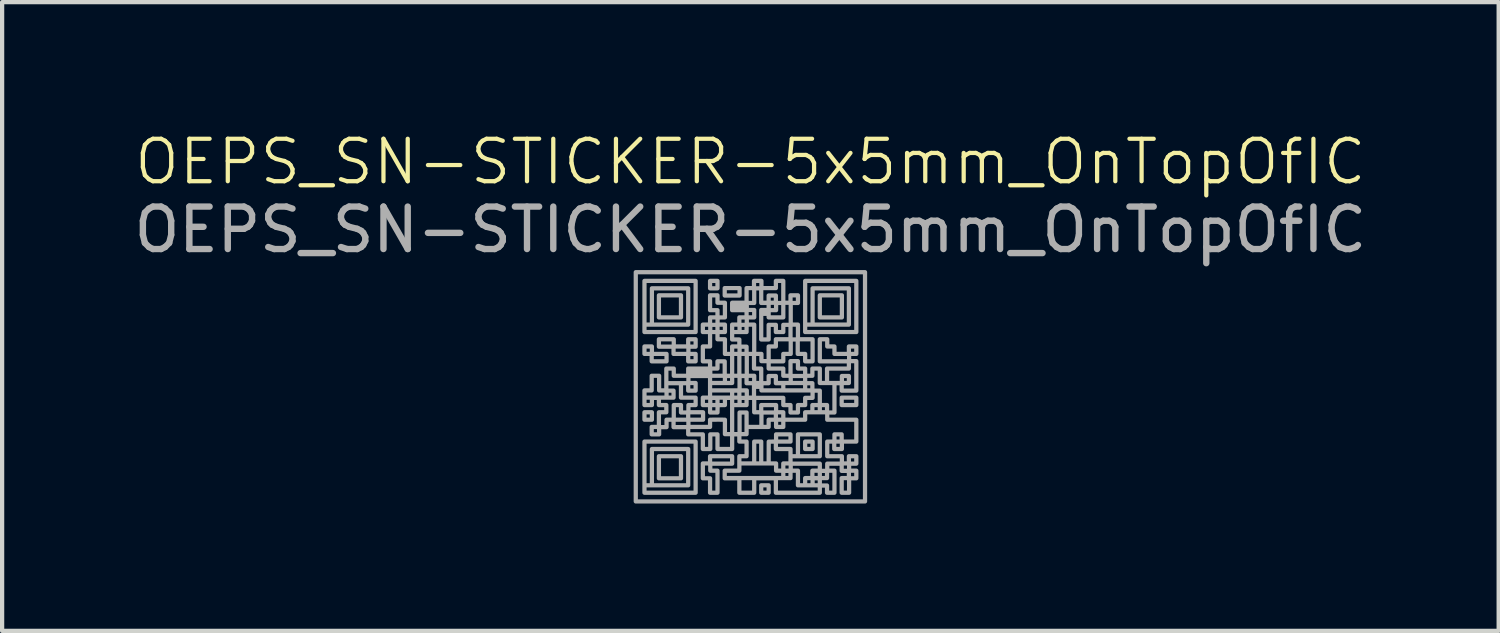
<source format=kicad_pcb>
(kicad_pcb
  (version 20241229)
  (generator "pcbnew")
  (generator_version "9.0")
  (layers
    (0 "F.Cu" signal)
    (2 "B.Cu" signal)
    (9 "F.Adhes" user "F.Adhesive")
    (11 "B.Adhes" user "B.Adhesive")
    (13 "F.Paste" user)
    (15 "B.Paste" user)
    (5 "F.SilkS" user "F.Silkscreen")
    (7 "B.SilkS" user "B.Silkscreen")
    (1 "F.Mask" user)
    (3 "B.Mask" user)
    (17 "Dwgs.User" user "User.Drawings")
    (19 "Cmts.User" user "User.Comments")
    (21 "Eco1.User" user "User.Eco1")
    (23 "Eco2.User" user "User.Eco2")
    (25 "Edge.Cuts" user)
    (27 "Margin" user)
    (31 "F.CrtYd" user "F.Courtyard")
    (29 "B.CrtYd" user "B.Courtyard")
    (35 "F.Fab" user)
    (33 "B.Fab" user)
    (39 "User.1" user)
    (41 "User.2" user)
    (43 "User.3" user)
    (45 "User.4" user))
  (footprint "OEPS_SN-STICKER-5x5mm_OnTopOfIC"
    (layer "F.Cu")
    (at 14.625 6.061)
    (property "Reference" "OEPS_SN-STICKER-5x5mm_OnTopOfIC" (at 0 -5.3 0) (unlocked yes) (layer "F.SilkS") (effects (font (size 1 1) (thickness 0.1))))
    (attr smd exclude_from_pos_files exclude_from_bom dnp)
    (fp_rect (start -2.7 -2.7) (end 2.7 2.7) (stroke (width 0.1) (type solid)) (fill no) (layer "F.Fab"))
    (fp_poly (pts (xy -2.32 0.688) (xy -2.32 0.775) (xy -2.408 0.775) (xy -2.495 0.775) (xy -2.495 0.688) (xy -2.495 0.6) (xy -2.408 0.6) (xy -2.32 0.6)) (stroke (width 0.1) (type solid)) (fill no) (layer "F.Fab"))
    (fp_poly (pts (xy -1.635 -1.895) (xy -1.635 -1.635) (xy -1.895 -1.635) (xy -2.155 -1.635) (xy -2.155 -1.895) (xy -2.155 -2.155) (xy -1.895 -2.155) (xy -1.635 -2.155)) (stroke (width 0.1) (type solid)) (fill no) (layer "F.Fab"))
    (fp_poly (pts (xy -1.635 1.895) (xy -1.635 2.155) (xy -1.895 2.155) (xy -2.155 2.155) (xy -2.155 1.895) (xy -2.155 1.635) (xy -1.895 1.635) (xy -1.635 1.635)) (stroke (width 0.1) (type solid)) (fill no) (layer "F.Fab"))
    (fp_poly (pts (xy -0.775 -2.408) (xy -0.775 -2.32) (xy -0.863 -2.32) (xy -0.95 -2.32) (xy -0.95 -2.408) (xy -0.95 -2.495) (xy -0.863 -2.495) (xy -0.775 -2.495)) (stroke (width 0.1) (type solid)) (fill no) (layer "F.Fab"))
    (fp_poly (pts (xy -0.255 -2.237) (xy -0.255 -2.15) (xy -0.43 -2.15) (xy -0.605 -2.15) (xy -0.605 -2.237) (xy -0.605 -2.325) (xy -0.43 -2.325) (xy -0.255 -2.325)) (stroke (width 0.1) (type solid)) (fill no) (layer "F.Fab"))
    (fp_poly (pts (xy 0.43 2.408) (xy 0.43 2.495) (xy 0.343 2.495) (xy 0.255 2.495) (xy 0.255 2.408) (xy 0.255 2.32) (xy 0.343 2.32) (xy 0.43 2.32)) (stroke (width 0.1) (type solid)) (fill no) (layer "F.Fab"))
    (fp_poly (pts (xy 1.465 1.377) (xy 1.465 1.465) (xy 1.377 1.465) (xy 1.29 1.465) (xy 1.29 1.377) (xy 1.29 1.29) (xy 1.377 1.29) (xy 1.465 1.29)) (stroke (width 0.1) (type solid)) (fill no) (layer "F.Fab"))
    (fp_poly (pts (xy 2.155 -1.895) (xy 2.155 -1.635) (xy 1.895 -1.635) (xy 1.635 -1.635) (xy 1.635 -1.895) (xy 1.635 -2.155) (xy 1.895 -2.155) (xy 2.155 -2.155)) (stroke (width 0.1) (type solid)) (fill no) (layer "F.Fab"))
    (fp_poly (pts (xy 2.495 0.343) (xy 2.495 0.43) (xy 2.322 0.43) (xy 2.15 0.43) (xy 2.15 0.343) (xy 2.15 0.255) (xy 2.322 0.255) (xy 2.495 0.255)) (stroke (width 0.1) (type solid)) (fill no) (layer "F.Fab"))
    (fp_poly (pts (xy -2.32 -0.863) (xy -2.32 -0.775) (xy -2.147 -0.775) (xy -1.975 -0.775) (xy -1.975 -0.688) (xy -1.975 -0.6) (xy -2.15 -0.6) (xy -2.325 -0.6) (xy -2.325 -0.688) (xy -2.325 -0.775) (xy -2.41 -0.775) (xy -2.495 -0.775) (xy -2.495 -0.863) (xy -2.495 -0.95) (xy -2.408 -0.95) (xy -2.32 -0.95)) (stroke (width 0.1) (type solid)) (fill no) (layer "F.Fab"))
    (fp_poly (pts (xy -1.29 -1.893) (xy -1.29 -1.29) (xy -1.893 -1.29) (xy -2.495 -1.29) (xy -2.495 -1.893) (xy -2.32 -1.893) (xy -2.32 -1.465) (xy -1.893 -1.465) (xy -1.465 -1.465) (xy -1.465 -1.893) (xy -1.465 -2.32) (xy -1.893 -2.32) (xy -2.32 -2.32) (xy -2.32 -1.893) (xy -2.495 -1.893) (xy -2.495 -2.495) (xy -1.893 -2.495) (xy -1.29 -2.495)) (stroke (width 0.1) (type solid)) (fill no) (layer "F.Fab"))
    (fp_poly (pts (xy -1.29 1.893) (xy -1.29 2.495) (xy -1.893 2.495) (xy -2.495 2.495) (xy -2.495 1.893) (xy -2.32 1.893) (xy -2.32 2.32) (xy -1.893 2.32) (xy -1.465 2.32) (xy -1.465 1.893) (xy -1.465 1.465) (xy -1.893 1.465) (xy -2.32 1.465) (xy -2.32 1.893) (xy -2.495 1.893) (xy -2.495 1.29) (xy -1.893 1.29) (xy -1.29 1.29)) (stroke (width 0.1) (type solid)) (fill no) (layer "F.Fab"))
    (fp_poly (pts (xy 2.495 -1.893) (xy 2.495 -1.29) (xy 1.893 -1.29) (xy 1.29 -1.29) (xy 1.29 -1.893) (xy 1.465 -1.893) (xy 1.465 -1.465) (xy 1.893 -1.465) (xy 2.32 -1.465) (xy 2.32 -1.893) (xy 2.32 -2.32) (xy 1.893 -2.32) (xy 1.465 -2.32) (xy 1.465 -1.893) (xy 1.29 -1.893) (xy 1.29 -2.495) (xy 1.893 -2.495) (xy 2.495 -2.495)) (stroke (width 0.1) (type solid)) (fill no) (layer "F.Fab"))
    (fp_poly (pts (xy -0.43 1.722) (xy -0.43 1.81) (xy -0.688 1.81) (xy -0.945 1.81) (xy -0.945 1.893) (xy -0.945 1.975) (xy -0.86 1.975) (xy -0.775 1.975) (xy -0.775 2.062) (xy -0.775 2.1) (xy -0.775 2.144) (xy -0.775 2.188) (xy -0.775 2.227) (xy -0.775 2.237) (xy -0.775 2.275) (xy -0.775 2.318) (xy -0.775 2.361) (xy -0.775 2.4) (xy -0.775 2.41) (xy -0.775 2.495) (xy -0.863 2.495) (xy -0.95 2.495) (xy -0.95 2.325) (xy -0.95 2.155) (xy -1.035 2.155) (xy -1.12 2.155) (xy -1.12 1.98) (xy -1.12 1.805) (xy -1.035 1.805) (xy -0.95 1.805) (xy -0.95 1.72) (xy -0.95 1.635) (xy -0.69 1.635) (xy -0.43 1.635)) (stroke (width 0.1) (type solid)) (fill no) (layer "F.Fab"))
    (fp_poly (pts (xy -1.805 -1.035) (xy -1.805 -0.95) (xy -1.635 -0.95) (xy -1.465 -0.95) (xy -1.465 -1.035) (xy -1.465 -1.12) (xy -1.377 -1.12) (xy -1.29 -1.12) (xy -1.29 -1.032) (xy -1.29 -0.945) (xy -1.375 -0.945) (xy -1.46 -0.945) (xy -1.46 -0.86) (xy -1.46 -0.775) (xy -1.375 -0.775) (xy -1.29 -0.775) (xy -1.29 -0.688) (xy -1.29 -0.6) (xy -1.377 -0.6) (xy -1.465 -0.6) (xy -1.465 -0.688) (xy -1.465 -0.775) (xy -1.549 -0.775) (xy -1.585 -0.775) (xy -1.626 -0.775) (xy -1.669 -0.775) (xy -1.709 -0.775) (xy -1.721 -0.775) (xy -1.81 -0.775) (xy -1.81 -0.86) (xy -1.81 -0.945) (xy -1.982 -0.945) (xy -2.155 -0.945) (xy -2.155 -1.032) (xy -2.155 -1.12) (xy -1.98 -1.12) (xy -1.805 -1.12)) (stroke (width 0.1) (type solid)) (fill no) (layer "F.Fab"))
    (fp_poly (pts (xy 0.26 -2.41) (xy 0.26 -2.325) (xy 0.43 -2.325) (xy 0.6 -2.325) (xy 0.6 -2.41) (xy 0.6 -2.495) (xy 0.688 -2.495) (xy 0.775 -2.495) (xy 0.775 -2.237) (xy 0.775 -1.98) (xy 0.86 -1.98) (xy 0.945 -1.98) (xy 0.945 -2.067) (xy 0.945 -2.155) (xy 1.032 -2.155) (xy 1.12 -2.155) (xy 1.12 -2.065) (xy 1.12 -1.975) (xy 1.035 -1.975) (xy 0.95 -1.975) (xy 0.95 -1.72) (xy 0.95 -1.465) (xy 1.035 -1.465) (xy 1.12 -1.465) (xy 1.12 -1.292) (xy 1.12 -1.12) (xy 1.292 -1.12) (xy 1.465 -1.12) (xy 1.465 -0.86) (xy 1.465 -0.6) (xy 1.377 -0.6) (xy 1.29 -0.6) (xy 1.29 -0.688) (xy 1.29 -0.775) (xy 1.202 -0.775) (xy 1.115 -0.775) (xy 1.115 -0.945) (xy 1.115 -1.115) (xy 1.032 -1.115) (xy 0.95 -1.115) (xy 0.95 -0.945) (xy 0.95 -0.775) (xy 0.863 -0.775) (xy 0.775 -0.775) (xy 0.775 -0.688) (xy 0.775 -0.6) (xy 0.603 -0.6) (xy 0.43 -0.6) (xy 0.43 -0.515) (xy 0.43 -0.43) (xy 0.603 -0.43) (xy 0.775 -0.43) (xy 0.775 -0.345) (xy 0.775 -0.26) (xy 0.86 -0.26) (xy 0.945 -0.26) (xy 0.945 -0.432) (xy 0.945 -0.605) (xy 1.032 -0.605) (xy 1.12 -0.605) (xy 1.12 -0.517) (xy 1.12 -0.43) (xy 1.205 -0.43) (xy 1.29 -0.43) (xy 1.29 -0.345) (xy 1.29 -0.26) (xy 1.375 -0.26) (xy 1.46 -0.26) (xy 1.46 -0.345) (xy 1.46 -0.43) (xy 1.548 -0.43) (xy 1.635 -0.43) (xy 1.635 -0.26) (xy 1.635 -0.09) (xy 1.72 -0.09) (xy 1.805 -0.09) (xy 1.805 -0.172) (xy 2.155 -0.172) (xy 2.155 -0.09) (xy 2.237 -0.09) (xy 2.32 -0.09) (xy 2.32 -0.172) (xy 2.32 -0.255) (xy 2.237 -0.255) (xy 2.155 -0.255) (xy 2.155 -0.172) (xy 1.805 -0.172) (xy 1.805 -0.26) (xy 1.805 -0.43) (xy 2.062 -0.43) (xy 2.32 -0.43) (xy 2.32 -0.515) (xy 2.32 -0.6) (xy 1.978 -0.6) (xy 1.635 -0.6) (xy 1.635 -0.86) (xy 1.635 -1.12) (xy 1.722 -1.12) (xy 1.81 -1.12) (xy 1.81 -1.035) (xy 1.81 -0.95) (xy 1.895 -0.95) (xy 1.98 -0.95) (xy 1.98 -0.863) (xy 1.98 -0.775) (xy 2.15 -0.775) (xy 2.32 -0.775) (xy 2.32 -0.863) (xy 2.32 -0.95) (xy 2.408 -0.95) (xy 2.495 -0.95) (xy 2.495 -0.863) (xy 2.495 -0.775) (xy 2.41 -0.775) (xy 2.325 -0.775) (xy 2.325 -0.69) (xy 2.325 -0.605) (xy 2.41 -0.605) (xy 2.495 -0.605) (xy 2.495 -0.258) (xy 2.495 0.09) (xy 2.322 0.09) (xy 2.15 0.09) (xy 2.15 0.003) (xy 2.15 -0.085) (xy 2.065 -0.085) (xy 1.98 -0.085) (xy 1.98 0.26) (xy 1.98 0.605) (xy 1.895 0.605) (xy 1.81 0.605) (xy 1.81 0.69) (xy 1.81 0.775) (xy 2.066 0.775) (xy 2.119 0.775) (xy 2.173 0.775) (xy 2.224 0.775) (xy 2.273 0.775) (xy 2.317 0.775) (xy 2.355 0.775) (xy 2.386 0.775) (xy 2.409 0.775) (xy 2.409 0.775) (xy 2.495 0.775) (xy 2.495 1.032) (xy 2.495 1.29) (xy 2.409 1.29) (xy 2.371 1.29) (xy 2.329 1.29) (xy 2.286 1.29) (xy 2.248 1.29) (xy 2.239 1.29) (xy 2.155 1.29) (xy 2.155 1.377) (xy 2.155 1.465) (xy 2.065 1.465) (xy 1.975 1.465) (xy 1.975 1.377) (xy 1.975 1.29) (xy 1.893 1.29) (xy 1.81 1.29) (xy 1.81 1.462) (xy 1.81 1.635) (xy 1.982 1.635) (xy 2.155 1.635) (xy 2.155 1.72) (xy 2.155 1.805) (xy 2.237 1.805) (xy 2.32 1.805) (xy 2.32 1.72) (xy 2.32 1.635) (xy 2.408 1.635) (xy 2.495 1.635) (xy 2.495 1.722) (xy 2.495 1.81) (xy 2.41 1.81) (xy 2.325 1.81) (xy 2.325 1.893) (xy 2.325 1.975) (xy 2.41 1.975) (xy 2.495 1.975) (xy 2.495 2.065) (xy 2.495 2.155) (xy 2.41 2.155) (xy 2.325 2.155) (xy 2.325 2.325) (xy 2.325 2.495) (xy 2.237 2.495) (xy 2.15 2.495) (xy 2.15 2.322) (xy 2.15 2.15) (xy 2.235 2.15) (xy 2.32 2.15) (xy 2.32 2.065) (xy 2.32 1.98) (xy 2.235 1.98) (xy 2.15 1.98) (xy 2.15 1.895) (xy 2.15 1.81) (xy 1.98 1.81) (xy 1.81 1.81) (xy 1.81 1.893) (xy 1.81 1.975) (xy 1.895 1.975) (xy 1.98 1.975) (xy 1.98 2.235) (xy 1.98 2.495) (xy 1.893 2.495) (xy 1.805 2.495) (xy 1.805 2.41) (xy 1.805 2.325) (xy 1.72 2.325) (xy 1.635 2.325) (xy 1.635 2.41) (xy 1.635 2.495) (xy 1.117 2.495) (xy 0.6 2.495) (xy 0.6 2.325) (xy 0.6 2.155) (xy 0.345 2.155) (xy 0.09 2.155) (xy 0.09 2.325) (xy 0.09 2.495) (xy -0.085 2.495) (xy -0.26 2.495) (xy -0.26 2.325) (xy -0.26 2.155) (xy -0.432 2.155) (xy -0.605 2.155) (xy -0.605 2.065) (xy 0.775 2.065) (xy 0.775 2.15) (xy 0.86 2.15) (xy 0.945 2.15) (xy 0.945 2.065) (xy 0.945 1.98) (xy 0.86 1.98) (xy 0.775 1.98) (xy 0.775 2.065) (xy -0.605 2.065) (xy -0.605 1.975) (xy -0.432 1.975) (xy -0.26 1.975) (xy -0.26 1.805) (xy -0.26 1.635) (xy -0.175 1.635) (xy -0.09 1.635) (xy -0.09 1.548) (xy 0.09 1.548) (xy 0.09 1.805) (xy 0.172 1.805) (xy 0.255 1.805) (xy 0.43 1.805) (xy 0.517 1.805) (xy 0.605 1.805) (xy 0.605 1.89) (xy 0.605 1.975) (xy 0.69 1.975) (xy 0.775 1.975) (xy 0.775 1.893) (xy 0.95 1.893) (xy 0.95 1.975) (xy 1.035 1.975) (xy 1.12 1.975) (xy 1.12 2.147) (xy 1.12 2.32) (xy 1.205 2.32) (xy 1.29 2.32) (xy 1.29 2.237) (xy 1.465 2.237) (xy 1.465 2.32) (xy 1.55 2.32) (xy 1.635 2.32) (xy 1.635 2.237) (xy 1.635 2.155) (xy 1.55 2.155) (xy 1.465 2.155) (xy 1.465 2.237) (xy 1.29 2.237) (xy 1.29 2.235) (xy 1.29 2.15) (xy 1.375 2.15) (xy 1.46 2.15) (xy 1.46 2.065) (xy 1.635 2.065) (xy 1.635 2.15) (xy 1.72 2.15) (xy 1.805 2.15) (xy 1.805 2.065) (xy 1.805 1.98) (xy 1.72 1.98) (xy 1.635 1.98) (xy 1.635 2.065) (xy 1.46 2.065) (xy 1.46 2.062) (xy 1.46 1.975) (xy 1.548 1.975) (xy 1.635 1.975) (xy 1.635 1.893) (xy 1.635 1.81) (xy 1.292 1.81) (xy 0.95 1.81) (xy 0.95 1.893) (xy 0.775 1.893) (xy 0.775 1.89) (xy 0.775 1.805) (xy 0.86 1.805) (xy 0.945 1.805) (xy 0.945 1.635) (xy 0.945 1.465) (xy 0.772 1.465) (xy 0.6 1.465) (xy 0.6 1.377) (xy 1.12 1.377) (xy 1.12 1.635) (xy 1.377 1.635) (xy 1.635 1.635) (xy 1.635 1.377) (xy 1.635 1.205) (xy 1.98 1.205) (xy 1.98 1.29) (xy 2.065 1.29) (xy 2.15 1.29) (xy 2.15 1.205) (xy 2.15 1.12) (xy 2.065 1.12) (xy 1.98 1.12) (xy 1.98 1.205) (xy 1.635 1.205) (xy 1.635 1.12) (xy 1.377 1.12) (xy 1.12 1.12) (xy 1.12 1.377) (xy 0.6 1.377) (xy 0.6 1.377) (xy 0.6 1.29) (xy 0.516 1.291) (xy 0.432 1.292) (xy 0.431 1.549) (xy 0.43 1.805) (xy 0.255 1.805) (xy 0.255 1.548) (xy 0.255 1.29) (xy 0.172 1.29) (xy 0.09 1.29) (xy 0.09 1.548) (xy -0.09 1.548) (xy -0.09 1.462) (xy -0.09 1.29) (xy -0.175 1.29) (xy -0.26 1.29) (xy -0.26 1.205) (xy 0.605 1.205) (xy 0.605 1.29) (xy 0.775 1.29) (xy 0.945 1.29) (xy 0.945 1.205) (xy 0.945 1.12) (xy 0.775 1.12) (xy 0.605 1.12) (xy 0.605 1.205) (xy -0.26 1.205) (xy -0.26 1.12) (xy -0.345 1.12) (xy -0.43 1.12) (xy -0.43 1.292) (xy -0.43 1.465) (xy -0.603 1.465) (xy -0.775 1.465) (xy -0.775 1.292) (xy -0.775 1.12) (xy -0.86 1.12) (xy -0.945 1.12) (xy -0.945 1.292) (xy -0.945 1.465) (xy -1.032 1.465) (xy -1.12 1.465) (xy -1.12 1.292) (xy -1.12 1.12) (xy -1.292 1.12) (xy -1.465 1.12) (xy -1.465 1.035) (xy -1.465 0.95) (xy -1.637 0.95) (xy -1.81 0.95) (xy -1.81 0.863) (xy -1.81 0.775) (xy -1.893 0.775) (xy -1.975 0.775) (xy -1.975 0.863) (xy -1.975 0.95) (xy -2.062 0.95) (xy -2.15 0.95) (xy -2.15 1.035) (xy -2.15 1.12) (xy -2.237 1.12) (xy -2.325 1.12) (xy -2.325 1.032) (xy -2.325 0.945) (xy -2.24 0.945) (xy -2.155 0.945) (xy -2.155 0.772) (xy -2.155 0.602) (xy -1.805 0.602) (xy -1.805 0.775) (xy -1.635 0.775) (xy -1.465 0.775) (xy -1.465 0.69) (xy -1.465 0.605) (xy -1.55 0.605) (xy -1.635 0.605) (xy -1.635 0.517) (xy -1.635 0.43) (xy -1.72 0.43) (xy -1.805 0.43) (xy -1.805 0.602) (xy -2.155 0.602) (xy -2.155 0.6) (xy -2.067 0.6) (xy -1.98 0.6) (xy -1.98 0.515) (xy -1.98 0.43) (xy -2.067 0.43) (xy -2.155 0.43) (xy -2.155 0.345) (xy -2.155 0.26) (xy -2.237 0.26) (xy -2.32 0.26) (xy -2.32 0.345) (xy -2.32 0.43) (xy -2.408 0.43) (xy -2.495 0.43) (xy -2.495 0.258) (xy -2.495 0.172) (xy -1.975 0.172) (xy -1.975 0.255) (xy -1.893 0.255) (xy -1.81 0.255) (xy -1.81 0.172) (xy -1.81 0.09) (xy -1.893 0.09) (xy -1.975 0.09) (xy -1.975 0.172) (xy -2.495 0.172) (xy -2.495 0.085) (xy -2.41 0.085) (xy -2.325 0.085) (xy -2.325 -0.087) (xy -2.325 -0.26) (xy -2.237 -0.26) (xy -2.15 -0.26) (xy -2.15 -0.087) (xy -2.15 0.085) (xy -2.065 0.085) (xy -1.98 0.085) (xy -1.98 -0.085) (xy -1.635 -0.085) (xy -1.635 0.085) (xy -1.635 0.255) (xy -1.462 0.255) (xy -1.29 0.255) (xy -1.29 0.343) (xy -1.29 0.43) (xy -1.375 0.43) (xy -1.46 0.43) (xy -1.46 0.515) (xy -1.46 0.6) (xy -1.288 0.6) (xy -1.115 0.6) (xy -1.115 0.688) (xy -1.115 0.775) (xy -1.288 0.775) (xy -1.46 0.775) (xy -1.46 0.86) (xy -1.46 0.945) (xy -1.205 0.945) (xy -0.95 0.945) (xy -0.95 0.86) (xy -0.95 0.775) (xy -0.859 0.774) (xy -0.821 0.774) (xy -0.779 0.773) (xy -0.736 0.773) (xy -0.698 0.774) (xy -0.684 0.774) (xy -0.6 0.775) (xy -0.6 0.945) (xy -0.6 1.115) (xy -0.515 1.115) (xy -0.43 1.115) (xy -0.43 0.86) (xy -0.255 0.86) (xy -0.255 1.115) (xy -0.172 1.115) (xy -0.09 1.115) (xy -0.09 0.86) (xy -0.09 0.775) (xy 0.26 0.775) (xy 0.26 0.945) (xy 0.345 0.945) (xy 0.43 0.945) (xy 0.43 0.86) (xy 0.43 0.775) (xy 0.515 0.775) (xy 0.6 0.775) (xy 0.6 0.69) (xy 0.6 0.605) (xy 0.43 0.605) (xy 0.26 0.605) (xy 0.26 0.775) (xy -0.09 0.775) (xy -0.09 0.605) (xy -0.172 0.605) (xy -0.255 0.605) (xy -0.255 0.86) (xy -0.43 0.86) (xy -0.43 0.688) (xy -0.43 0.345) (xy -0.255 0.345) (xy -0.255 0.43) (xy -0.172 0.43) (xy -0.09 0.43) (xy -0.09 0.345) (xy -0.09 0.26) (xy 0.09 0.26) (xy 0.09 0.43) (xy 0.09 0.6) (xy 0.172 0.6) (xy 0.255 0.6) (xy 0.255 0.515) (xy 0.255 0.43) (xy 0.43 0.43) (xy 0.605 0.43) (xy 0.605 0.515) (xy 0.605 0.6) (xy 0.69 0.6) (xy 0.775 0.6) (xy 0.775 0.688) (xy 0.775 0.775) (xy 0.69 0.775) (xy 0.605 0.775) (xy 0.605 0.86) (xy 0.605 0.945) (xy 0.69 0.945) (xy 0.775 0.945) (xy 0.775 0.86) (xy 0.775 0.775) (xy 0.861 0.775) (xy 0.888 0.775) (xy 0.923 0.775) (xy 0.964 0.775) (xy 1.008 0.775) (xy 1.054 0.775) (xy 1.101 0.775) (xy 1.119 0.775) (xy 1.29 0.775) (xy 1.29 0.688) (xy 1.29 0.6) (xy 1.375 0.6) (xy 1.46 0.6) (xy 1.46 0.515) (xy 1.635 0.515) (xy 1.635 0.6) (xy 1.72 0.6) (xy 1.805 0.6) (xy 1.805 0.515) (xy 1.805 0.43) (xy 1.72 0.43) (xy 1.635 0.43) (xy 1.635 0.515) (xy 1.46 0.515) (xy 1.46 0.43) (xy 1.548 0.43) (xy 1.635 0.43) (xy 1.635 0.26) (xy 1.635 0.09) (xy 1.55 0.09) (xy 1.465 0.09) (xy 1.465 0.175) (xy 1.465 0.26) (xy 1.377 0.26) (xy 1.29 0.26) (xy 1.29 0.345) (xy 1.29 0.43) (xy 1.205 0.43) (xy 1.12 0.43) (xy 1.12 0.517) (xy 1.12 0.605) (xy 1.032 0.605) (xy 0.945 0.605) (xy 0.945 0.517) (xy 0.945 0.43) (xy 0.86 0.43) (xy 0.775 0.43) (xy 0.775 0.345) (xy 0.775 0.26) (xy 0.432 0.26) (xy 0.09 0.26) (xy -0.09 0.26) (xy -0.172 0.26) (xy -0.255 0.26) (xy -0.255 0.345) (xy -0.43 0.345) (xy -0.43 0.26) (xy -0.515 0.26) (xy -0.6 0.26) (xy -0.6 0.345) (xy -0.6 0.43) (xy -0.686 0.431) (xy -0.772 0.432) (xy -0.774 0.519) (xy -0.775 0.605) (xy -0.863 0.605) (xy -0.95 0.605) (xy -0.95 0.517) (xy -0.95 0.43) (xy -1.035 0.43) (xy -1.12 0.43) (xy -1.12 0.345) (xy -0.945 0.345) (xy -0.945 0.43) (xy -0.86 0.43) (xy -0.775 0.43) (xy -0.775 0.345) (xy -0.775 0.26) (xy -0.86 0.26) (xy -0.945 0.26) (xy -0.945 0.345) (xy -1.12 0.345) (xy -1.12 0.343) (xy -1.12 0.255) (xy -1.035 0.255) (xy -0.95 0.255) (xy -0.95 0.172) (xy -0.43 0.172) (xy -0.43 0.255) (xy -0.345 0.255) (xy -0.26 0.255) (xy -0.26 0.172) (xy -0.26 0.09) (xy -0.345 0.09) (xy -0.43 0.09) (xy -0.43 0.172) (xy -0.95 0.172) (xy -0.95 0) (xy -0.95 -0.085) (xy -0.255 -0.085) (xy -0.255 0.085) (xy -0.17 0.085) (xy -0.085 0.085) (xy -0.085 0.17) (xy -0.085 0.255) (xy 0 0.255) (xy 0.085 0.255) (xy 0.085 0.085) (xy 0.085 -0.085) (xy 0.26 -0.085) (xy 0.26 0) (xy 0.26 0.085) (xy 0.517 0.085) (xy 0.775 0.085) (xy 0.775 0) (xy 1.29 0) (xy 1.29 0.085) (xy 1.375 0.085) (xy 1.46 0.085) (xy 1.46 0) (xy 1.46 -0.085) (xy 1.375 -0.085) (xy 1.29 -0.085) (xy 1.29 0) (xy 0.775 0) (xy 0.775 -0.085) (xy 0.688 -0.085) (xy 0.6 -0.085) (xy 0.6 -0.17) (xy 0.6 -0.172) (xy 0.95 -0.172) (xy 0.95 -0.09) (xy 1.12 -0.09) (xy 1.29 -0.09) (xy 1.29 -0.172) (xy 1.29 -0.255) (xy 1.12 -0.255) (xy 0.95 -0.255) (xy 0.95 -0.172) (xy 0.6 -0.172) (xy 0.6 -0.255) (xy 0.515 -0.255) (xy 0.43 -0.255) (xy 0.43 -0.17) (xy 0.43 -0.085) (xy 0.345 -0.085) (xy 0.26 -0.085) (xy 0.085 -0.085) (xy -0.003 -0.085) (xy -0.09 -0.085) (xy -0.09 -0.17) (xy -0.09 -0.255) (xy -0.172 -0.255) (xy -0.255 -0.255) (xy -0.255 -0.085) (xy -0.95 -0.085) (xy -0.95 -0.172) (xy -0.6 -0.172) (xy -0.6 -0.09) (xy -0.515 -0.09) (xy -0.43 -0.09) (xy -0.43 -0.172) (xy -0.43 -0.255) (xy -0.515 -0.255) (xy -0.6 -0.255) (xy -0.6 -0.172) (xy -0.95 -0.172) (xy -0.95 -0.255) (xy -1.205 -0.255) (xy -1.46 -0.255) (xy -1.46 -0.172) (xy -1.46 -0.09) (xy -1.375 -0.09) (xy -1.29 -0.09) (xy -1.29 0) (xy -1.29 0.09) (xy -1.377 0.09) (xy -1.465 0.09) (xy -1.465 0.003) (xy -1.465 -0.085) (xy -1.55 -0.085) (xy -1.635 -0.085) (xy -1.98 -0.085) (xy -1.98 -0.172) (xy -1.98 -0.43) (xy -1.893 -0.43) (xy -1.805 -0.43) (xy -1.805 -0.345) (xy -1.805 -0.26) (xy -1.635 -0.26) (xy -1.465 -0.26) (xy -1.465 -0.345) (xy -1.465 -0.43) (xy -1.208 -0.43) (xy -0.95 -0.43) (xy -0.945 -0.43) (xy -0.945 -0.345) (xy -0.945 -0.26) (xy -0.775 -0.26) (xy -0.605 -0.26) (xy -0.605 -0.43) (xy -0.605 -0.517) (xy -0.43 -0.517) (xy -0.43 -0.26) (xy -0.345 -0.26) (xy -0.26 -0.26) (xy -0.26 -0.517) (xy -0.085 -0.517) (xy -0.085 -0.26) (xy 0.003 -0.26) (xy 0.09 -0.26) (xy 0.09 -0.175) (xy 0.09 -0.09) (xy 0.172 -0.09) (xy 0.255 -0.09) (xy 0.255 -0.26) (xy 0.255 -0.43) (xy 0.17 -0.43) (xy 0.085 -0.43) (xy 0.085 -0.603) (xy 0.085 -0.775) (xy 0 -0.775) (xy -0.085 -0.775) (xy -0.085 -0.517) (xy -0.26 -0.517) (xy -0.26 -0.775) (xy -0.345 -0.775) (xy -0.43 -0.775) (xy -0.43 -0.517) (xy -0.605 -0.517) (xy -0.605 -0.6) (xy -0.69 -0.6) (xy -0.775 -0.6) (xy -0.775 -0.515) (xy -0.775 -0.43) (xy -0.86 -0.43) (xy -0.945 -0.43) (xy -0.95 -0.43) (xy -0.95 -0.515) (xy -0.95 -0.6) (xy -1.035 -0.6) (xy -1.12 -0.6) (xy -1.12 -0.775) (xy -1.12 -0.95) (xy -1.035 -0.95) (xy -0.95 -0.95) (xy -0.95 -1.12) (xy -0.95 -1.29) (xy -1.035 -1.29) (xy -1.12 -1.29) (xy -1.12 -1.375) (xy -0.945 -1.375) (xy -0.945 -1.29) (xy -0.86 -1.29) (xy -0.775 -1.29) (xy -0.775 -1.375) (xy -0.775 -1.46) (xy -0.86 -1.46) (xy -0.945 -1.46) (xy -0.945 -1.375) (xy -1.12 -1.375) (xy -1.12 -1.377) (xy -1.12 -1.465) (xy -1.035 -1.465) (xy -0.95 -1.465) (xy -0.95 -1.55) (xy -0.95 -1.635) (xy -0.863 -1.635) (xy -0.775 -1.635) (xy -0.775 -1.72) (xy -0.775 -1.805) (xy -0.863 -1.805) (xy -0.95 -1.805) (xy -0.95 -1.98) (xy -0.95 -2.155) (xy -0.863 -2.155) (xy -0.775 -2.155) (xy -0.775 -2.067) (xy -0.775 -1.98) (xy -0.688 -1.98) (xy -0.6 -1.98) (xy -0.6 -1.808) (xy -0.6 -1.635) (xy -0.686 -1.634) (xy -0.772 -1.633) (xy -0.774 -1.549) (xy -0.775 -1.465) (xy -0.688 -1.465) (xy -0.6 -1.465) (xy -0.6 -1.377) (xy -0.6 -1.29) (xy -0.688 -1.29) (xy -0.775 -1.29) (xy -0.775 -1.205) (xy -0.775 -1.12) (xy -0.688 -1.12) (xy -0.6 -1.12) (xy -0.6 -0.948) (xy -0.6 -0.775) (xy -0.515 -0.775) (xy -0.43 -0.775) (xy -0.43 -0.86) (xy -0.255 -0.86) (xy -0.255 -0.775) (xy -0.172 -0.775) (xy -0.09 -0.775) (xy -0.09 -0.86) (xy -0.09 -0.945) (xy -0.172 -0.945) (xy -0.255 -0.945) (xy -0.255 -0.86) (xy -0.43 -0.86) (xy -0.43 -0.863) (xy -0.43 -0.95) (xy -0.345 -0.95) (xy -0.26 -0.95) (xy -0.26 -1.032) (xy -0.26 -1.115) (xy -0.345 -1.115) (xy -0.43 -1.115) (xy -0.43 -1.29) (xy -0.43 -1.375) (xy -0.255 -1.375) (xy -0.255 -1.29) (xy -0.172 -1.29) (xy -0.09 -1.29) (xy -0.09 -1.375) (xy -0.09 -1.46) (xy -0.172 -1.46) (xy -0.255 -1.46) (xy -0.255 -1.375) (xy -0.43 -1.375) (xy -0.43 -1.465) (xy -0.345 -1.465) (xy -0.26 -1.465) (xy -0.26 -1.55) (xy -0.26 -1.635) (xy -0.175 -1.635) (xy -0.09 -1.635) (xy -0.09 -1.72) (xy -0.09 -1.805) (xy -0.26 -1.805) (xy -0.43 -1.805) (xy -0.43 -1.893) (xy -0.43 -1.975) (xy -0.085 -1.975) (xy -0.085 -1.893) (xy -0.085 -1.81) (xy 0.003 -1.81) (xy 0.09 -1.81) (xy 0.09 -1.722) (xy 0.09 -1.635) (xy 0.003 -1.635) (xy -0.085 -1.635) (xy -0.085 -1.55) (xy -0.085 -1.465) (xy 0.003 -1.465) (xy 0.09 -1.465) (xy 0.09 -1.12) (xy 0.09 -0.775) (xy 0.175 -0.775) (xy 0.26 -0.775) (xy 0.26 -0.69) (xy 0.26 -0.605) (xy 0.345 -0.605) (xy 0.43 -0.605) (xy 0.43 -0.777) (xy 0.43 -0.95) (xy 0.515 -0.95) (xy 0.6 -0.95) (xy 0.6 -1.035) (xy 0.6 -1.12) (xy 0.772 -1.12) (xy 0.945 -1.12) (xy 0.945 -1.29) (xy 0.945 -1.46) (xy 0.86 -1.46) (xy 0.775 -1.46) (xy 0.775 -1.375) (xy 0.775 -1.29) (xy 0.688 -1.29) (xy 0.6 -1.29) (xy 0.6 -1.375) (xy 0.6 -1.46) (xy 0.515 -1.46) (xy 0.43 -1.46) (xy 0.43 -1.288) (xy 0.43 -1.115) (xy 0.343 -1.115) (xy 0.255 -1.115) (xy 0.255 -1.462) (xy 0.255 -1.805) (xy 0.43 -1.805) (xy 0.43 -1.72) (xy 0.43 -1.635) (xy 0.602 -1.635) (xy 0.775 -1.635) (xy 0.775 -1.805) (xy 0.775 -1.975) (xy 0.69 -1.975) (xy 0.605 -1.975) (xy 0.605 -1.89) (xy 0.605 -1.805) (xy 0.517 -1.805) (xy 0.43 -1.805) (xy 0.255 -1.805) (xy 0.255 -1.81) (xy 0.343 -1.81) (xy 0.43 -1.81) (xy 0.43 -1.893) (xy 0.43 -1.975) (xy 0.343 -1.975) (xy 0.255 -1.975) (xy 0.255 -2.065) (xy 0.43 -2.065) (xy 0.43 -1.98) (xy 0.515 -1.98) (xy 0.6 -1.98) (xy 0.6 -2.065) (xy 0.6 -2.15) (xy 0.515 -2.15) (xy 0.43 -2.15) (xy 0.43 -2.065) (xy 0.255 -2.065) (xy 0.255 -2.147) (xy 0.255 -2.32) (xy 0.172 -2.32) (xy 0.09 -2.32) (xy 0.09 -2.147) (xy 0.09 -1.975) (xy 0.003 -1.975) (xy -0.085 -1.975) (xy -0.43 -1.975) (xy -0.43 -1.98) (xy -0.26 -1.98) (xy -0.09 -1.98) (xy -0.09 -2.152) (xy -0.09 -2.325) (xy -0.003 -2.325) (xy 0.085 -2.325) (xy 0.085 -2.41) (xy 0.085 -2.495) (xy 0.172 -2.495) (xy 0.26 -2.495)) (stroke (width 0.1) (type solid)) (fill no) (layer "F.Fab"))
    (fp_text user "${REFERENCE}" (at 0 -3.7 0) (layer "F.Fab") (effects (font (size 1 1) (thickness 0.15)))))
  (gr_rect
    (start -3 -3)
    (end 32.25 11.81)
    (stroke (width 0.1) (type default))
    (fill no)
    (layer "Edge.Cuts")))
</source>
